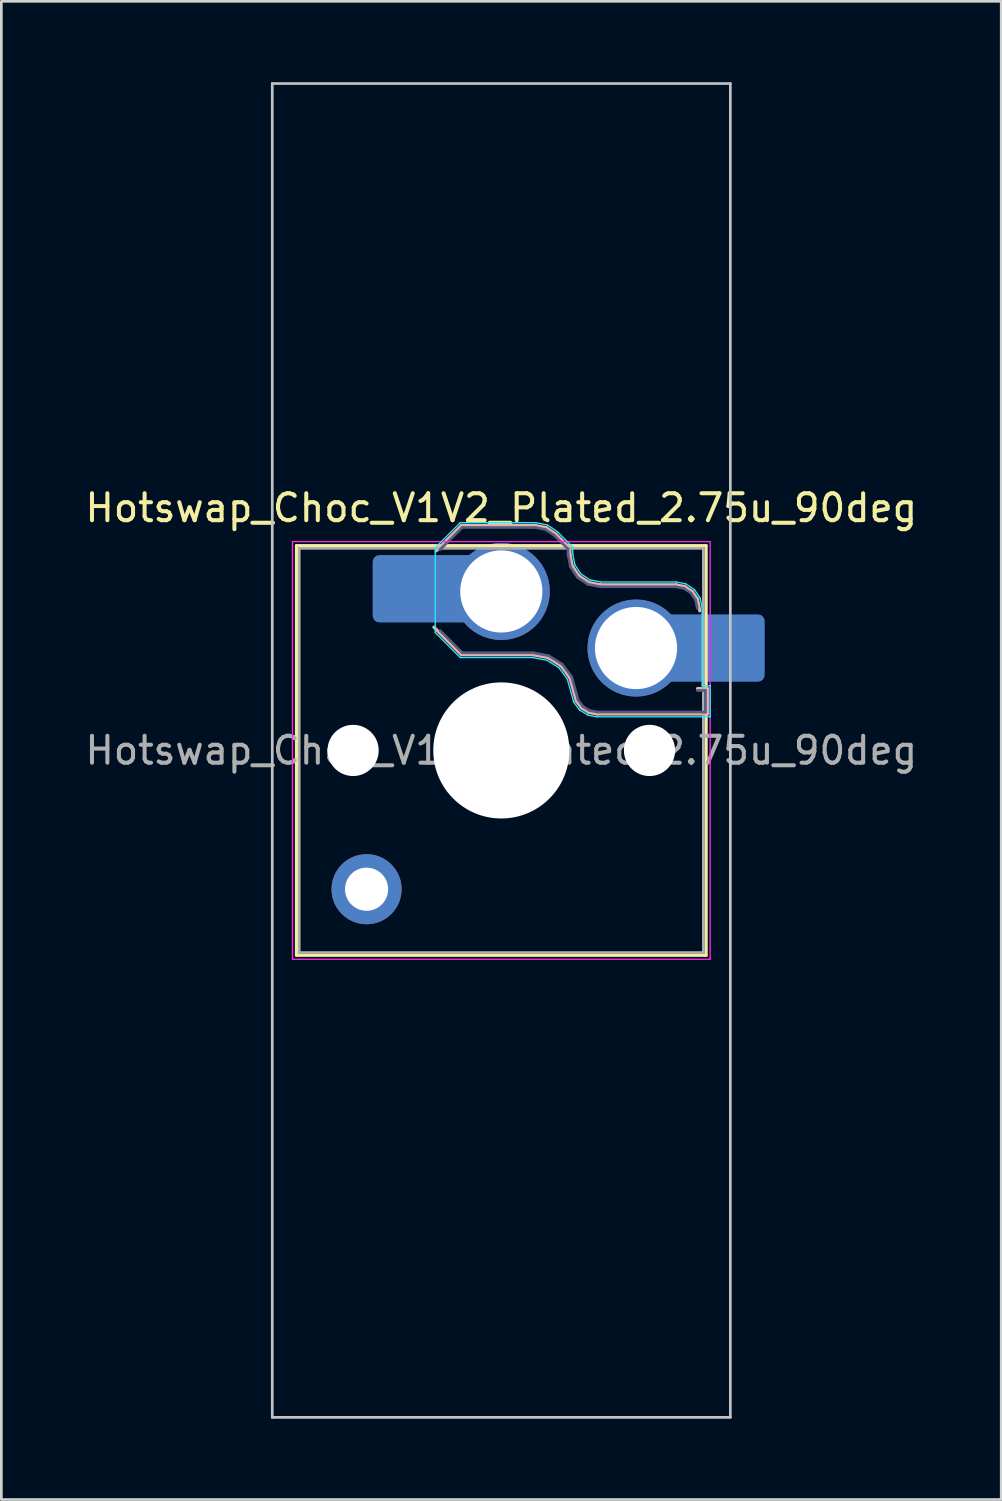
<source format=kicad_pcb>
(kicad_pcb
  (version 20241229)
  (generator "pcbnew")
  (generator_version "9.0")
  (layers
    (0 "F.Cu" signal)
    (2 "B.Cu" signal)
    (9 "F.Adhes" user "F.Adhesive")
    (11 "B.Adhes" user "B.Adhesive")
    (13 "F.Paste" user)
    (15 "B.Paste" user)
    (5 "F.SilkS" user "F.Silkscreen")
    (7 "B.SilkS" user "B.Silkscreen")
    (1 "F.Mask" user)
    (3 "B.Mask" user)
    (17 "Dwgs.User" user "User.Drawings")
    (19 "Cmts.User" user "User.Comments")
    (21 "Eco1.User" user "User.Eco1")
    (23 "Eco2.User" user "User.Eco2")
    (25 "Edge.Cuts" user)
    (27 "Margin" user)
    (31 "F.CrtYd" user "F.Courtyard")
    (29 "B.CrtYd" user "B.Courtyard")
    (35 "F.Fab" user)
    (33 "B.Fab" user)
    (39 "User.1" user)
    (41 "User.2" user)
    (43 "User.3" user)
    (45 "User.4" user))
  (footprint "Hotswap_Choc_V1V2_Plated_2.75u_90deg"
    (layer "F.Cu")
    (at 15.554 24.8)
    (property "Reference" "Hotswap_Choc_V1V2_Plated_2.75u_90deg" (at 0 -9 0) (layer "F.SilkS") (effects (font (size 1 1) (thickness 0.15))))
    (attr smd)
    (fp_line (start -7.6 -7.6) (end -7.6 7.6) (stroke (width 0.12) (type solid)) (layer "F.SilkS"))
    (fp_line (start -7.6 7.6) (end 7.6 7.6) (stroke (width 0.12) (type solid)) (layer "F.SilkS"))
    (fp_line (start 7.6 -7.6) (end -7.6 -7.6) (stroke (width 0.12) (type solid)) (layer "F.SilkS"))
    (fp_line (start 7.6 7.6) (end 7.6 -7.6) (stroke (width 0.12) (type solid)) (layer "F.SilkS"))
    (fp_line (start -2.416 -7.409) (end -1.479 -8.346) (stroke (width 0.12) (type solid)) (layer "B.SilkS"))
    (fp_line (start -1.479 -8.346) (end 1.268 -8.346) (stroke (width 0.12) (type solid)) (layer "B.SilkS"))
    (fp_line (start -1.479 -3.554) (end -2.5 -4.575) (stroke (width 0.12) (type solid)) (layer "B.SilkS"))
    (fp_line (start 1.168 -3.554) (end -1.479 -3.554) (stroke (width 0.12) (type solid)) (layer "B.SilkS"))
    (fp_line (start 1.268 -8.346) (end 1.671 -8.266) (stroke (width 0.12) (type solid)) (layer "B.SilkS"))
    (fp_line (start 1.671 -8.266) (end 2.013 -8.037) (stroke (width 0.12) (type solid)) (layer "B.SilkS"))
    (fp_line (start 1.73 -3.449) (end 1.168 -3.554) (stroke (width 0.12) (type solid)) (layer "B.SilkS"))
    (fp_line (start 2.013 -8.037) (end 2.546 -7.504) (stroke (width 0.12) (type solid)) (layer "B.SilkS"))
    (fp_line (start 2.209 -3.15) (end 1.73 -3.449) (stroke (width 0.12) (type solid)) (layer "B.SilkS"))
    (fp_line (start 2.546 -7.504) (end 2.546 -7.282) (stroke (width 0.12) (type solid)) (layer "B.SilkS"))
    (fp_line (start 2.546 -7.282) (end 2.633 -6.844) (stroke (width 0.12) (type solid)) (layer "B.SilkS"))
    (fp_line (start 2.547 -2.697) (end 2.209 -3.15) (stroke (width 0.12) (type solid)) (layer "B.SilkS"))
    (fp_line (start 2.633 -6.844) (end 2.877 -6.477) (stroke (width 0.12) (type solid)) (layer "B.SilkS"))
    (fp_line (start 2.701 -2.139) (end 2.547 -2.697) (stroke (width 0.12) (type solid)) (layer "B.SilkS"))
    (fp_line (start 2.783 -1.841) (end 2.701 -2.139) (stroke (width 0.12) (type solid)) (layer "B.SilkS"))
    (fp_line (start 2.877 -6.477) (end 3.244 -6.233) (stroke (width 0.12) (type solid)) (layer "B.SilkS"))
    (fp_line (start 2.976 -1.583) (end 2.783 -1.841) (stroke (width 0.12) (type solid)) (layer "B.SilkS"))
    (fp_line (start 3.244 -6.233) (end 3.682 -6.146) (stroke (width 0.12) (type solid)) (layer "B.SilkS"))
    (fp_line (start 3.25 -1.413) (end 2.976 -1.583) (stroke (width 0.12) (type solid)) (layer "B.SilkS"))
    (fp_line (start 3.56 -1.354) (end 3.25 -1.413) (stroke (width 0.12) (type solid)) (layer "B.SilkS"))
    (fp_line (start 3.682 -6.146) (end 6.482 -6.146) (stroke (width 0.12) (type solid)) (layer "B.SilkS"))
    (fp_line (start 6.482 -6.146) (end 6.809 -6.081) (stroke (width 0.12) (type solid)) (layer "B.SilkS"))
    (fp_line (start 6.809 -6.081) (end 7.092 -5.892) (stroke (width 0.12) (type solid)) (layer "B.SilkS"))
    (fp_line (start 7.092 -5.892) (end 7.281 -5.609) (stroke (width 0.12) (type solid)) (layer "B.SilkS"))
    (fp_line (start 7.281 -5.609) (end 7.366 -5.182) (stroke (width 0.12) (type solid)) (layer "B.SilkS"))
    (fp_line (start 7.283 -2.296) (end 7.646 -2.296) (stroke (width 0.12) (type solid)) (layer "B.SilkS"))
    (fp_line (start 7.646 -2.296) (end 7.646 -1.354) (stroke (width 0.12) (type solid)) (layer "B.SilkS"))
    (fp_line (start 7.646 -1.354) (end 3.56 -1.354) (stroke (width 0.12) (type solid)) (layer "B.SilkS"))
    (fp_line (start -8.5 -24.75) (end 8.5 -24.75) (stroke (width 0.1) (type solid)) (layer "Dwgs.User"))
    (fp_line (start -8.5 24.75) (end -8.5 -24.75) (stroke (width 0.1) (type solid)) (layer "Dwgs.User"))
    (fp_line (start 8.5 -24.75) (end 8.5 24.75) (stroke (width 0.1) (type solid)) (layer "Dwgs.User"))
    (fp_line (start 8.5 24.75) (end -8.5 24.75) (stroke (width 0.1) (type solid)) (layer "Dwgs.User"))
    (fp_line (start -7.25 -7.25) (end -7.25 7.25) (stroke (width 0.1) (type solid)) (layer "Eco1.User"))
    (fp_line (start -7.25 7.25) (end 7.25 7.25) (stroke (width 0.1) (type solid)) (layer "Eco1.User"))
    (fp_line (start 7.25 -7.25) (end -7.25 -7.25) (stroke (width 0.1) (type solid)) (layer "Eco1.User"))
    (fp_line (start 7.25 7.25) (end 7.25 -7.25) (stroke (width 0.1) (type solid)) (layer "Eco1.User"))
    (fp_line (start -2.452 -7.523) (end -1.523 -8.452) (stroke (width 0.05) (type solid)) (layer "B.CrtYd"))
    (fp_line (start -2.452 -4.377) (end -2.452 -7.523) (stroke (width 0.05) (type solid)) (layer "B.CrtYd"))
    (fp_line (start -1.523 -8.452) (end 1.278 -8.452) (stroke (width 0.05) (type solid)) (layer "B.CrtYd"))
    (fp_line (start -1.523 -3.448) (end -2.452 -4.377) (stroke (width 0.05) (type solid)) (layer "B.CrtYd"))
    (fp_line (start 1.159 -3.448) (end -1.523 -3.448) (stroke (width 0.05) (type solid)) (layer "B.CrtYd"))
    (fp_line (start 1.278 -8.452) (end 1.712 -8.366) (stroke (width 0.05) (type solid)) (layer "B.CrtYd"))
    (fp_line (start 1.691 -3.348) (end 1.159 -3.448) (stroke (width 0.05) (type solid)) (layer "B.CrtYd"))
    (fp_line (start 1.712 -8.366) (end 2.081 -8.119) (stroke (width 0.05) (type solid)) (layer "B.CrtYd"))
    (fp_line (start 2.081 -8.119) (end 2.652 -7.548) (stroke (width 0.05) (type solid)) (layer "B.CrtYd"))
    (fp_line (start 2.136 -3.071) (end 1.691 -3.348) (stroke (width 0.05) (type solid)) (layer "B.CrtYd"))
    (fp_line (start 2.45 -2.65) (end 2.136 -3.071) (stroke (width 0.05) (type solid)) (layer "B.CrtYd"))
    (fp_line (start 2.599 -2.111) (end 2.45 -2.65) (stroke (width 0.05) (type solid)) (layer "B.CrtYd"))
    (fp_line (start 2.652 -7.548) (end 2.652 -7.292) (stroke (width 0.05) (type solid)) (layer "B.CrtYd"))
    (fp_line (start 2.652 -7.292) (end 2.733 -6.885) (stroke (width 0.05) (type solid)) (layer "B.CrtYd"))
    (fp_line (start 2.687 -1.794) (end 2.599 -2.111) (stroke (width 0.05) (type solid)) (layer "B.CrtYd"))
    (fp_line (start 2.733 -6.885) (end 2.953 -6.553) (stroke (width 0.05) (type solid)) (layer "B.CrtYd"))
    (fp_line (start 2.903 -1.503) (end 2.687 -1.794) (stroke (width 0.05) (type solid)) (layer "B.CrtYd"))
    (fp_line (start 2.953 -6.553) (end 3.285 -6.333) (stroke (width 0.05) (type solid)) (layer "B.CrtYd"))
    (fp_line (start 3.211 -1.312) (end 2.903 -1.503) (stroke (width 0.05) (type solid)) (layer "B.CrtYd"))
    (fp_line (start 3.285 -6.333) (end 3.692 -6.252) (stroke (width 0.05) (type solid)) (layer "B.CrtYd"))
    (fp_line (start 3.55 -1.248) (end 3.211 -1.312) (stroke (width 0.05) (type solid)) (layer "B.CrtYd"))
    (fp_line (start 3.692 -6.252) (end 6.492 -6.252) (stroke (width 0.05) (type solid)) (layer "B.CrtYd"))
    (fp_line (start 6.492 -6.252) (end 6.85 -6.181) (stroke (width 0.05) (type solid)) (layer "B.CrtYd"))
    (fp_line (start 6.85 -6.181) (end 7.168 -5.968) (stroke (width 0.05) (type solid)) (layer "B.CrtYd"))
    (fp_line (start 7.168 -5.968) (end 7.381 -5.65) (stroke (width 0.05) (type solid)) (layer "B.CrtYd"))
    (fp_line (start 7.381 -5.65) (end 7.452 -5.292) (stroke (width 0.05) (type solid)) (layer "B.CrtYd"))
    (fp_line (start 7.452 -5.292) (end 7.452 -2.402) (stroke (width 0.05) (type solid)) (layer "B.CrtYd"))
    (fp_line (start 7.452 -2.402) (end 7.752 -2.402) (stroke (width 0.05) (type solid)) (layer "B.CrtYd"))
    (fp_line (start 7.752 -2.402) (end 7.752 -1.248) (stroke (width 0.05) (type solid)) (layer "B.CrtYd"))
    (fp_line (start 7.752 -1.248) (end 3.55 -1.248) (stroke (width 0.05) (type solid)) (layer "B.CrtYd"))
    (fp_line (start -7.75 -7.75) (end -7.75 7.75) (stroke (width 0.05) (type solid)) (layer "F.CrtYd"))
    (fp_line (start -7.75 7.75) (end 7.75 7.75) (stroke (width 0.05) (type solid)) (layer "F.CrtYd"))
    (fp_line (start 7.75 -7.75) (end -7.75 -7.75) (stroke (width 0.05) (type solid)) (layer "F.CrtYd"))
    (fp_line (start 7.75 7.75) (end 7.75 -7.75) (stroke (width 0.05) (type solid)) (layer "F.CrtYd"))
    (fp_line (start -2.275 -7.45) (end -1.45 -8.275) (stroke (width 0.1) (type solid)) (layer "B.Fab"))
    (fp_line (start -1.45 -8.275) (end 1.261 -8.275) (stroke (width 0.1) (type solid)) (layer "B.Fab"))
    (fp_line (start -1.45 -3.625) (end -2.275 -4.45) (stroke (width 0.1) (type solid)) (layer "B.Fab"))
    (fp_line (start 1.175 -3.625) (end -1.45 -3.625) (stroke (width 0.1) (type solid)) (layer "B.Fab"))
    (fp_line (start 1.261 -8.275) (end 1.643 -8.199) (stroke (width 0.1) (type solid)) (layer "B.Fab"))
    (fp_line (start 1.643 -8.199) (end 1.968 -7.982) (stroke (width 0.1) (type solid)) (layer "B.Fab"))
    (fp_line (start 1.756 -3.516) (end 1.175 -3.625) (stroke (width 0.1) (type solid)) (layer "B.Fab"))
    (fp_line (start 1.968 -7.982) (end 2.475 -7.475) (stroke (width 0.1) (type solid)) (layer "B.Fab"))
    (fp_line (start 2.258 -3.203) (end 1.756 -3.516) (stroke (width 0.1) (type solid)) (layer "B.Fab"))
    (fp_line (start 2.475 -7.475) (end 2.475 -7.275) (stroke (width 0.1) (type solid)) (layer "B.Fab"))
    (fp_line (start 2.475 -7.275) (end 2.566 -6.816) (stroke (width 0.1) (type solid)) (layer "B.Fab"))
    (fp_line (start 2.566 -6.816) (end 2.826 -6.426) (stroke (width 0.1) (type solid)) (layer "B.Fab"))
    (fp_line (start 2.612 -2.729) (end 2.258 -3.203) (stroke (width 0.1) (type solid)) (layer "B.Fab"))
    (fp_line (start 2.769 -2.158) (end 2.612 -2.729) (stroke (width 0.1) (type solid)) (layer "B.Fab"))
    (fp_line (start 2.826 -6.426) (end 3.216 -6.166) (stroke (width 0.1) (type solid)) (layer "B.Fab"))
    (fp_line (start 2.848 -1.873) (end 2.769 -2.158) (stroke (width 0.1) (type solid)) (layer "B.Fab"))
    (fp_line (start 3.025 -1.636) (end 2.848 -1.873) (stroke (width 0.1) (type solid)) (layer "B.Fab"))
    (fp_line (start 3.216 -6.166) (end 3.675 -6.075) (stroke (width 0.1) (type solid)) (layer "B.Fab"))
    (fp_line (start 3.276 -1.48) (end 3.025 -1.636) (stroke (width 0.1) (type solid)) (layer "B.Fab"))
    (fp_line (start 3.567 -1.425) (end 3.276 -1.48) (stroke (width 0.1) (type solid)) (layer "B.Fab"))
    (fp_line (start 3.675 -6.075) (end 6.475 -6.075) (stroke (width 0.1) (type solid)) (layer "B.Fab"))
    (fp_line (start 6.475 -6.075) (end 6.781 -6.014) (stroke (width 0.1) (type solid)) (layer "B.Fab"))
    (fp_line (start 6.781 -6.014) (end 7.041 -5.841) (stroke (width 0.1) (type solid)) (layer "B.Fab"))
    (fp_line (start 7.041 -5.841) (end 7.214 -5.581) (stroke (width 0.1) (type solid)) (layer "B.Fab"))
    (fp_line (start 7.214 -5.581) (end 7.275 -5.275) (stroke (width 0.1) (type solid)) (layer "B.Fab"))
    (fp_line (start 7.275 -2.225) (end 7.575 -2.225) (stroke (width 0.1) (type solid)) (layer "B.Fab"))
    (fp_line (start 7.575 -2.225) (end 7.575 -1.425) (stroke (width 0.1) (type solid)) (layer "B.Fab"))
    (fp_line (start 7.575 -1.425) (end 3.567 -1.425) (stroke (width 0.1) (type solid)) (layer "B.Fab"))
    (fp_line (start -7.5 -7.5) (end -7.5 7.5) (stroke (width 0.1) (type solid)) (layer "F.Fab"))
    (fp_line (start -7.5 7.5) (end 7.5 7.5) (stroke (width 0.1) (type solid)) (layer "F.Fab"))
    (fp_line (start 7.5 -7.5) (end -7.5 -7.5) (stroke (width 0.1) (type solid)) (layer "F.Fab"))
    (fp_line (start 7.5 7.5) (end 7.5 -7.5) (stroke (width 0.1) (type solid)) (layer "F.Fab"))
    (fp_text user "${REFERENCE}" (at 0 0 0) (layer "F.Fab") (effects (font (size 1 1) (thickness 0.15))))
    (pad "" np_thru_hole circle (at -5.5 0) (size 1.9 1.9) (drill 1.9) (layers "*.Cu" "*.Mask"))
    (pad "" thru_hole circle (at -5 5.15) (size 2.6 2.6) (drill 1.6) (layers "*.Cu" "*.Mask"))
    (pad "" smd roundrect (at -3.5 -6) (size 2.55 2.5) (layers "B.Mask" "B.Paste") (roundrect_rratio 0.1))
    (pad "" np_thru_hole circle (at 0 0) (size 5.05 5.05) (drill 5.05) (layers "*.Cu" "*.Mask"))
    (pad "" np_thru_hole circle (at 5.5 0) (size 1.9 1.9) (drill 1.9) (layers "*.Cu" "*.Mask"))
    (pad "" smd roundrect (at 8.5 -3.8) (size 2.55 2.5) (layers "B.Mask" "B.Paste") (roundrect_rratio 0.1))
    (pad "1" smd roundrect (at -2.85 -6) (size 3.85 2.5) (layers "B.Cu") (roundrect_rratio 0.1))
    (pad "1" thru_hole circle (at 0 -5.9) (size 3.6 3.6) (drill 3.05) (layers "*.Cu" "*.Mask"))
    (pad "2" thru_hole circle (at 5 -3.8) (size 3.6 3.6) (drill 3.05) (layers "*.Cu" "*.Mask"))
    (pad "2" smd roundrect (at 7.85 -3.8) (size 3.85 2.5) (layers "B.Cu") (roundrect_rratio 0.1)))
  (gr_rect
    (start -3 -3)
    (end 34.107 52.6)
    (stroke (width 0.1) (type default))
    (fill no)
    (layer "Edge.Cuts")))
</source>
